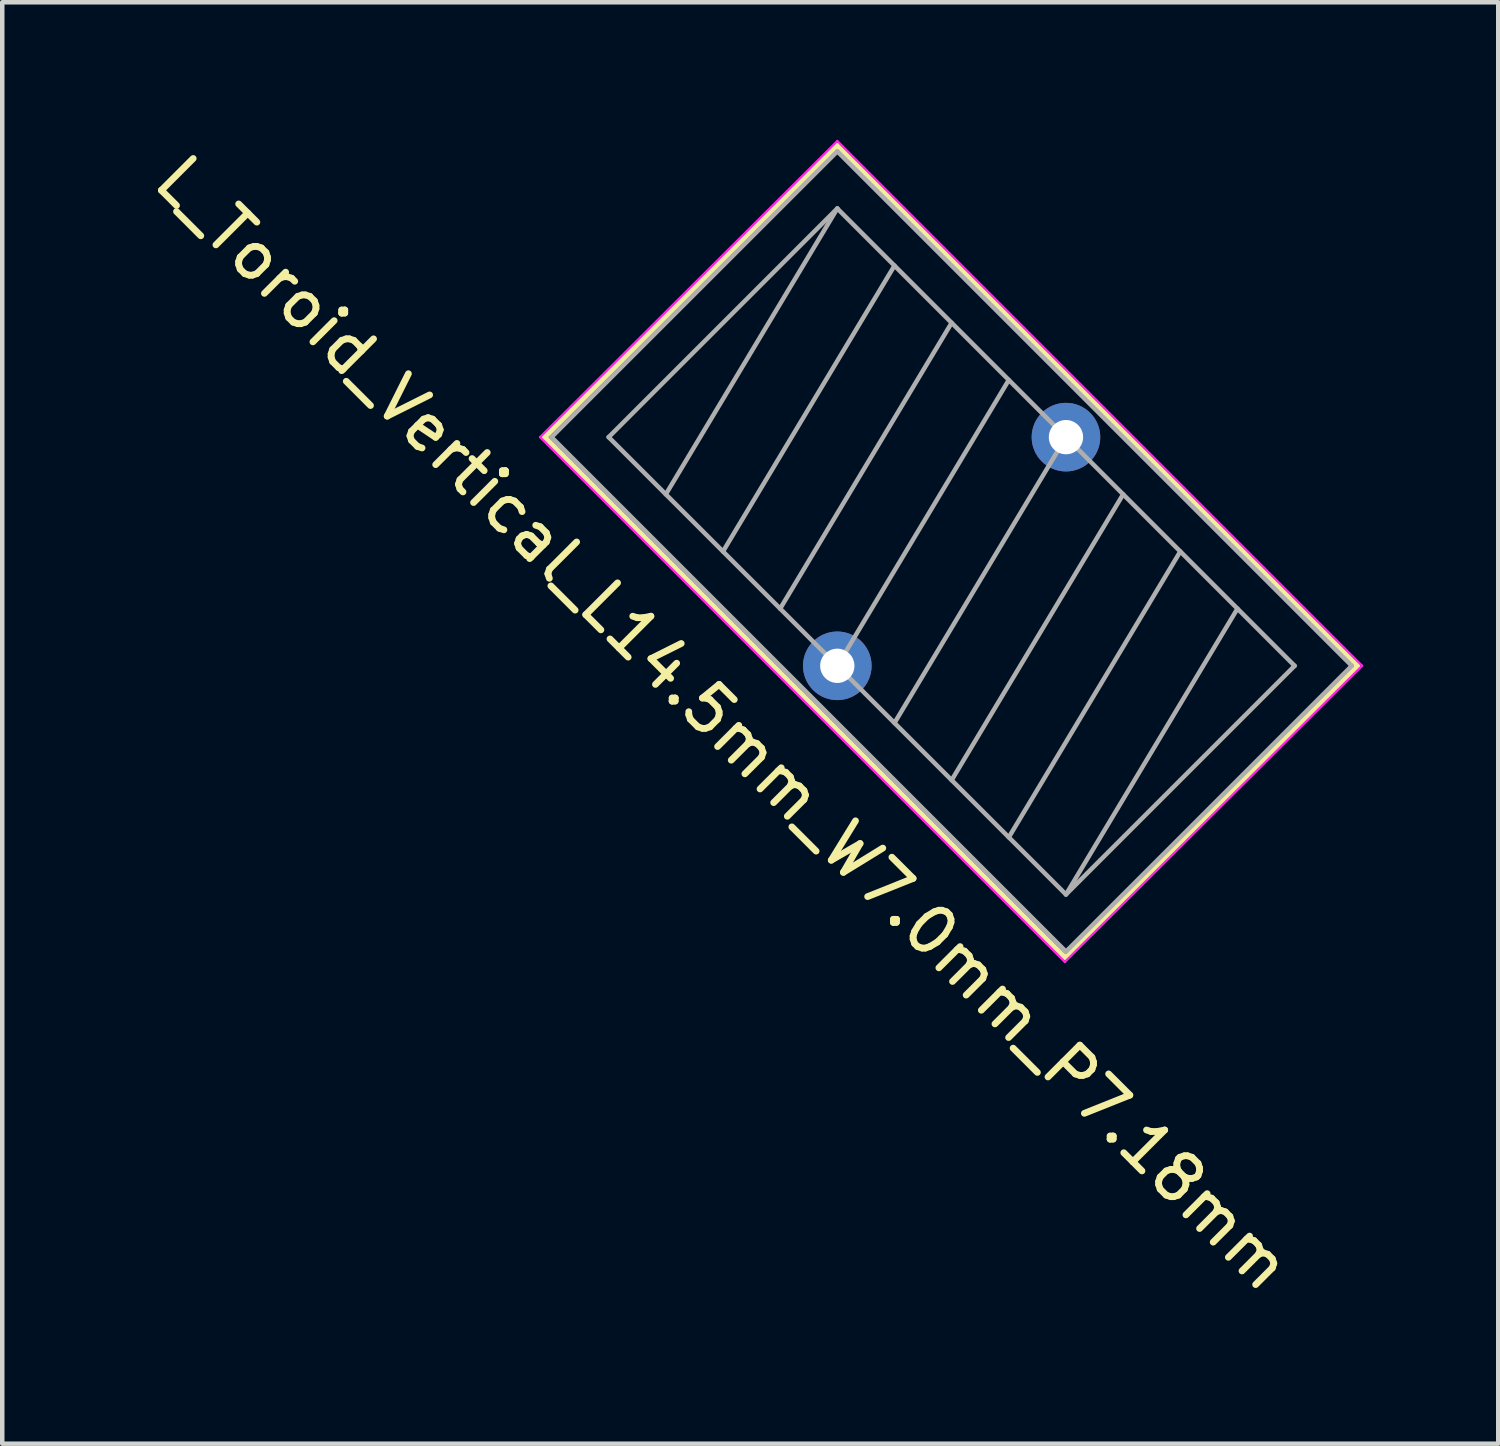
<source format=kicad_pcb>
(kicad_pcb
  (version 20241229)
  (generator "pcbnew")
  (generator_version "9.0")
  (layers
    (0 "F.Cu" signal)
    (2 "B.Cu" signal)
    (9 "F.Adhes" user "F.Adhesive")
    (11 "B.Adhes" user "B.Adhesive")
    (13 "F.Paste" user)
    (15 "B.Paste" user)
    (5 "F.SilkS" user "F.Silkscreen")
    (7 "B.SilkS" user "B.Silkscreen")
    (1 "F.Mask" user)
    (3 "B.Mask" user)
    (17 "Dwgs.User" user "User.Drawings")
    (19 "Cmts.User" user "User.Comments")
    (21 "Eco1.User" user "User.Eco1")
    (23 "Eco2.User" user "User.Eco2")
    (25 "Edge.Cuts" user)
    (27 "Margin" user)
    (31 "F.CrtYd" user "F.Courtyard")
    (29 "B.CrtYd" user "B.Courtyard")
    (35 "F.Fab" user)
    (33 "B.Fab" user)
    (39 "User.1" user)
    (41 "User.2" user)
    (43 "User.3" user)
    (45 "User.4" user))
  (footprint "L_Toroid_Vertical_L14.5mm_W7.0mm_P7.18mm"
    (layer "F.Cu")
    (at 18.092 9.202)
    (property "Reference" "L_Toroid_Vertical_L14.5mm_W7.0mm_P7.18mm" (at -5.08 3.81 315) (layer "F.SilkS") (effects (font (size 1 1) (thickness 0.15))))
    (attr through_hole)
    (fp_line (start -9.042 -2.54) (end -2.54 -9.017) (stroke (width 0.12) (type solid)) (layer "F.SilkS"))
    (fp_line (start -9.042 -2.54) (end 2.515 9.017) (stroke (width 0.12) (type solid)) (layer "F.SilkS"))
    (fp_line (start -2.54 -9.017) (end 9.017 2.54) (stroke (width 0.12) (type solid)) (layer "F.SilkS"))
    (fp_line (start 2.515 9.017) (end 9.017 2.54) (stroke (width 0.12) (type solid)) (layer "F.SilkS"))
    (fp_line (start -9.144 -2.54) (end -2.54 -9.119) (stroke (width 0.05) (type solid)) (layer "F.CrtYd"))
    (fp_line (start -9.144 -2.54) (end 2.515 9.119) (stroke (width 0.05) (type solid)) (layer "F.CrtYd"))
    (fp_line (start -2.54 -9.119) (end 9.119 2.54) (stroke (width 0.05) (type solid)) (layer "F.CrtYd"))
    (fp_line (start 2.515 9.119) (end 9.119 2.54) (stroke (width 0.05) (type solid)) (layer "F.CrtYd"))
    (fp_line (start -8.89 -2.54) (end 2.54 8.89) (stroke (width 0.1) (type solid)) (layer "F.Fab"))
    (fp_line (start -7.62 -2.54) (end 2.54 7.62) (stroke (width 0.1) (type solid)) (layer "F.Fab"))
    (fp_line (start -2.54 -8.89) (end -8.89 -2.54) (stroke (width 0.1) (type solid)) (layer "F.Fab"))
    (fp_line (start -2.54 -8.89) (end 8.89 2.54) (stroke (width 0.1) (type solid)) (layer "F.Fab"))
    (fp_line (start -2.54 -7.62) (end -7.62 -2.54) (stroke (width 0.1) (type solid)) (layer "F.Fab"))
    (fp_line (start -2.54 -7.62) (end -6.35 -1.27) (stroke (width 0.1) (type solid)) (layer "F.Fab"))
    (fp_line (start -2.54 -7.62) (end 7.62 2.54) (stroke (width 0.1) (type solid)) (layer "F.Fab"))
    (fp_line (start -1.27 -6.35) (end -5.08 0) (stroke (width 0.1) (type solid)) (layer "F.Fab"))
    (fp_line (start 0 -5.08) (end -3.81 1.27) (stroke (width 0.1) (type solid)) (layer "F.Fab"))
    (fp_line (start 1.27 -3.81) (end -2.54 2.54) (stroke (width 0.1) (type solid)) (layer "F.Fab"))
    (fp_line (start 2.54 -2.54) (end -1.27 3.81) (stroke (width 0.1) (type solid)) (layer "F.Fab"))
    (fp_line (start 3.81 -1.27) (end 0 5.08) (stroke (width 0.1) (type solid)) (layer "F.Fab"))
    (fp_line (start 5.08 0) (end 1.27 6.35) (stroke (width 0.1) (type solid)) (layer "F.Fab"))
    (fp_line (start 6.35 1.27) (end 2.54 7.62) (stroke (width 0.1) (type solid)) (layer "F.Fab"))
    (fp_line (start 7.62 2.54) (end 2.54 7.62) (stroke (width 0.1) (type solid)) (layer "F.Fab"))
    (fp_line (start 8.89 2.54) (end 2.54 8.89) (stroke (width 0.1) (type solid)) (layer "F.Fab"))
    (pad "1" thru_hole circle (at -2.54 2.54) (size 1.524 1.524) (drill 0.762) (layers "*.Cu" "*.Mask"))
    (pad "2" thru_hole circle (at 2.54 -2.54) (size 1.524 1.524) (drill 0.762) (layers "*.Cu" "*.Mask")))
  (gr_rect
    (start -3 -3)
    (end 30.236 29.024)
    (stroke (width 0.1) (type default))
    (fill no)
    (layer "Edge.Cuts")))
</source>
